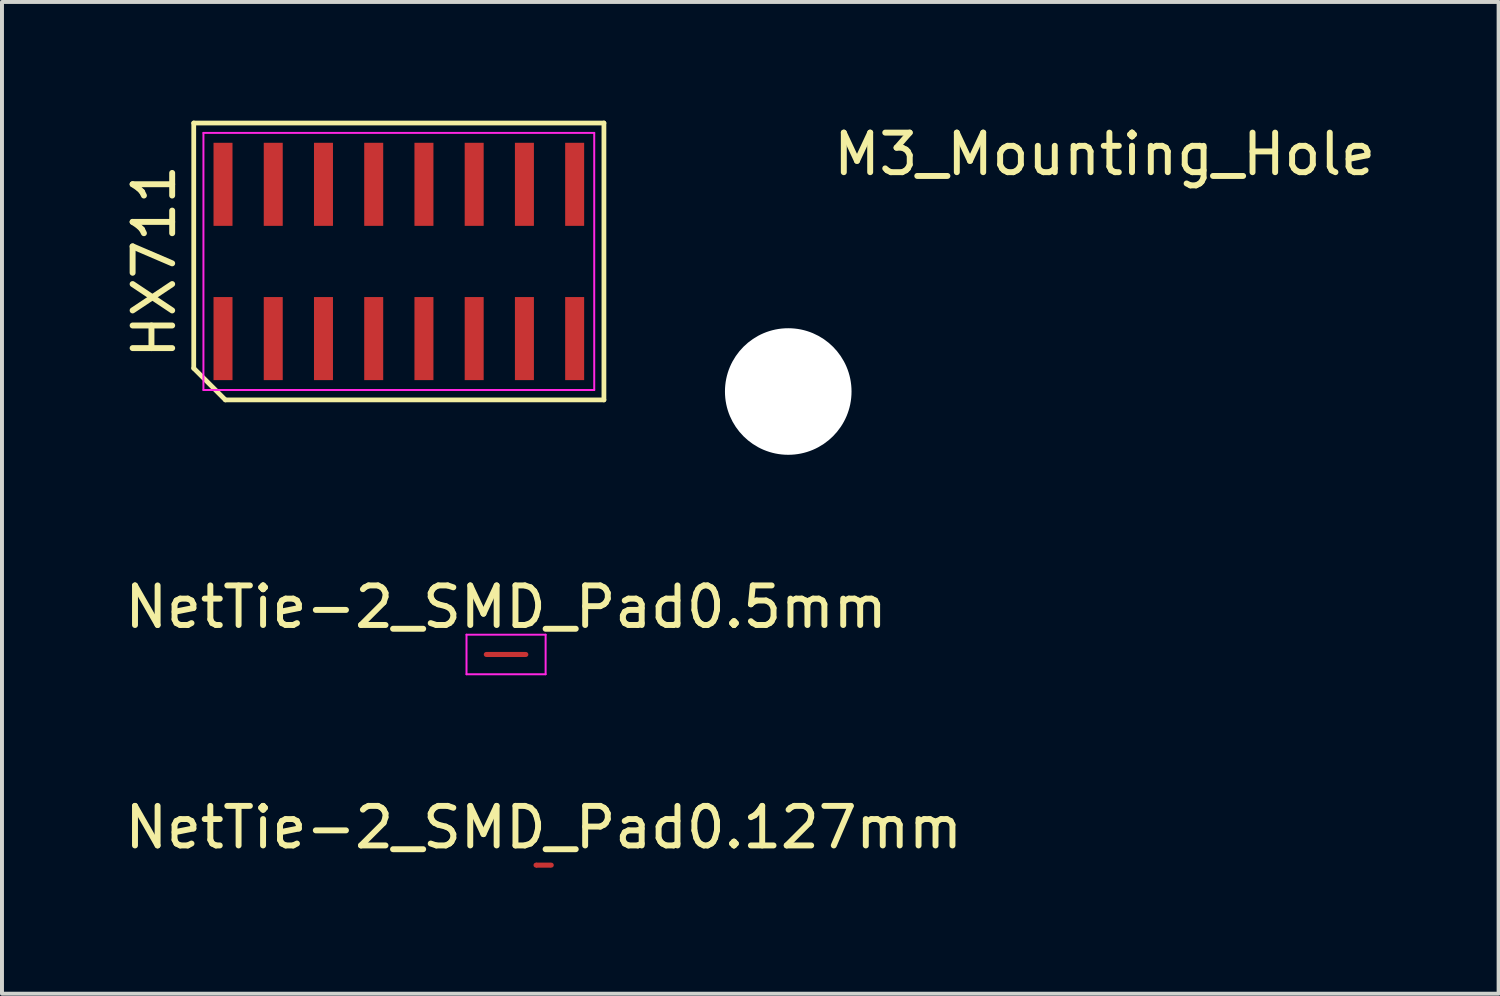
<source format=kicad_pcb>
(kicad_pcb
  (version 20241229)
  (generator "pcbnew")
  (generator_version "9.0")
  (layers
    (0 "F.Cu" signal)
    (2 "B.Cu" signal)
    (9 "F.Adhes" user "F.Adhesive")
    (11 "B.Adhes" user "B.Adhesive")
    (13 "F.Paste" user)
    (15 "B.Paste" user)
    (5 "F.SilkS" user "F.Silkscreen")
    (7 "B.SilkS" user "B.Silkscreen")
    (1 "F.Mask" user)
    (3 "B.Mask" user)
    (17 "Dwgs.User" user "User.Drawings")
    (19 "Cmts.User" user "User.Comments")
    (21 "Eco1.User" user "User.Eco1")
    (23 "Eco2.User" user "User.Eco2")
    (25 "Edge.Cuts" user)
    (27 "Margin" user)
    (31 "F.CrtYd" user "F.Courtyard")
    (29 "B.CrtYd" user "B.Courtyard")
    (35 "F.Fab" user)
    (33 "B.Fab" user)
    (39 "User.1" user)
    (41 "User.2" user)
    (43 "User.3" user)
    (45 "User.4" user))
  (footprint "M3_Mounting_Hole"
    (layer "F.Cu")
    (at 16.878 6.848)
    (property "Reference" "M3_Mounting_Hole" (at 8 -6 0) (layer "F.SilkS") (effects (font (size 1 1) (thickness 0.15))))
    (attr through_hole)
    (pad "" np_thru_hole circle (at 0 0) (size 3.2 3.2) (drill 3.2) (layers "*.Cu" "*.Mask")))
  (footprint "NetTie-2_SMD_Pad0.5mm"
    (layer "F.Cu")
    (at 9.744 13.496)
    (property "Reference" "NetTie-2_SMD_Pad0.5mm" (at 0 -1.2 0) (layer "F.SilkS") (effects (font (size 1 1) (thickness 0.15))))
    (attr exclude_from_pos_files exclude_from_bom)
    (fp_poly (pts (xy -0.5 -0.064) (xy 0.5 -0.064) (xy 0.5 0.064) (xy -0.5 0.064)) (stroke (width 0) (type solid)) (fill yes) (layer "F.Cu"))
    (fp_line (start -1 -0.5) (end -1 0.5) (stroke (width 0.05) (type solid)) (layer "F.CrtYd"))
    (fp_line (start -1 0.5) (end 1 0.5) (stroke (width 0.05) (type solid)) (layer "F.CrtYd"))
    (fp_line (start 1 -0.5) (end -1 -0.5) (stroke (width 0.05) (type solid)) (layer "F.CrtYd"))
    (fp_line (start 1 0.5) (end 1 -0.5) (stroke (width 0.05) (type solid)) (layer "F.CrtYd"))
    (pad "1" smd circle (at -0.5 0) (size 0.127 0.127) (layers "F.Cu"))
    (pad "2" smd circle (at 0.5 0) (size 0.127 0.127) (layers "F.Cu")))
  (footprint "NetTie-2_SMD_Pad0.127mm"
    (layer "F.Cu")
    (at 10.696 18.822)
    (property "Reference" "NetTie-2_SMD_Pad0.127mm" (at 0 -0.953 0) (layer "F.SilkS") (effects (font (size 1 1) (thickness 0.15))))
    (attr through_hole)
    (fp_poly (pts (xy -0.195 -0.064) (xy 0.178 -0.064) (xy 0.178 0.064) (xy -0.195 0.064)) (stroke (width 0) (type solid)) (fill yes) (layer "F.Cu"))
    (pad "1" smd circle (at -0.195 0) (size 0.127 0.127) (layers "F.Cu"))
    (pad "2" smd circle (at 0.191 0) (size 0.127 0.127) (layers "F.Cu")))
  (footprint "HX711"
    (layer "F.Cu")
    (at 7.033 3.56)
    (property "Reference" "HX711" (at -6.185 0 90) (layer "F.SilkS") (effects (font (size 1 1) (thickness 0.15))))
    (attr smd)
    (fp_line (start -5.185 -3.5) (end 5.185 -3.5) (stroke (width 0.12) (type solid)) (layer "F.SilkS"))
    (fp_line (start -5.185 2.7) (end -5.185 -3.5) (stroke (width 0.12) (type solid)) (layer "F.SilkS"))
    (fp_line (start -4.385 3.5) (end -5.185 2.7) (stroke (width 0.12) (type solid)) (layer "F.SilkS"))
    (fp_line (start 5.185 -3.5) (end 5.185 3.5) (stroke (width 0.12) (type solid)) (layer "F.SilkS"))
    (fp_line (start 5.185 3.5) (end -4.385 3.5) (stroke (width 0.12) (type solid)) (layer "F.SilkS"))
    (fp_line (start -4.94 -3.25) (end 4.94 -3.25) (stroke (width 0.05) (type solid)) (layer "F.CrtYd"))
    (fp_line (start -4.94 3.25) (end -4.94 -3.25) (stroke (width 0.05) (type solid)) (layer "F.CrtYd"))
    (fp_line (start 4.94 -3.25) (end 4.94 3.25) (stroke (width 0.05) (type solid)) (layer "F.CrtYd"))
    (fp_line (start 4.94 3.25) (end -4.94 3.25) (stroke (width 0.05) (type solid)) (layer "F.CrtYd"))
    (pad "1" smd rect (at -4.445 1.95) (size 0.48 2.1) (layers "F.Cu" "F.Mask" "F.Paste"))
    (pad "2" smd rect (at -3.175 1.95) (size 0.48 2.1) (layers "F.Cu" "F.Mask" "F.Paste"))
    (pad "3" smd rect (at -1.905 1.95) (size 0.48 2.1) (layers "F.Cu" "F.Mask" "F.Paste"))
    (pad "4" smd rect (at -0.635 1.95) (size 0.48 2.1) (layers "F.Cu" "F.Mask" "F.Paste"))
    (pad "5" smd rect (at 0.635 1.95) (size 0.48 2.1) (layers "F.Cu" "F.Mask" "F.Paste"))
    (pad "6" smd rect (at 1.905 1.95) (size 0.48 2.1) (layers "F.Cu" "F.Mask" "F.Paste"))
    (pad "7" smd rect (at 3.175 1.95) (size 0.48 2.1) (layers "F.Cu" "F.Mask" "F.Paste"))
    (pad "8" smd rect (at 4.445 1.95) (size 0.48 2.1) (layers "F.Cu" "F.Mask" "F.Paste"))
    (pad "9" smd rect (at 4.445 -1.95) (size 0.48 2.1) (layers "F.Cu" "F.Mask" "F.Paste"))
    (pad "10" smd rect (at 3.175 -1.95) (size 0.48 2.1) (layers "F.Cu" "F.Mask" "F.Paste"))
    (pad "11" smd rect (at 1.905 -1.95) (size 0.48 2.1) (layers "F.Cu" "F.Mask" "F.Paste"))
    (pad "12" smd rect (at 0.635 -1.95) (size 0.48 2.1) (layers "F.Cu" "F.Mask" "F.Paste"))
    (pad "13" smd rect (at -0.635 -1.95) (size 0.48 2.1) (layers "F.Cu" "F.Mask" "F.Paste"))
    (pad "14" smd rect (at -1.905 -1.95) (size 0.48 2.1) (layers "F.Cu" "F.Mask" "F.Paste"))
    (pad "15" smd rect (at -3.175 -1.95) (size 0.48 2.1) (layers "F.Cu" "F.Mask" "F.Paste"))
    (pad "16" smd rect (at -4.445 -1.95) (size 0.48 2.1) (layers "F.Cu" "F.Mask" "F.Paste")))
  (gr_rect
    (start -3 -3)
    (end 34.837 22.072)
    (stroke (width 0.1) (type default))
    (fill no)
    (layer "Edge.Cuts")))
</source>
